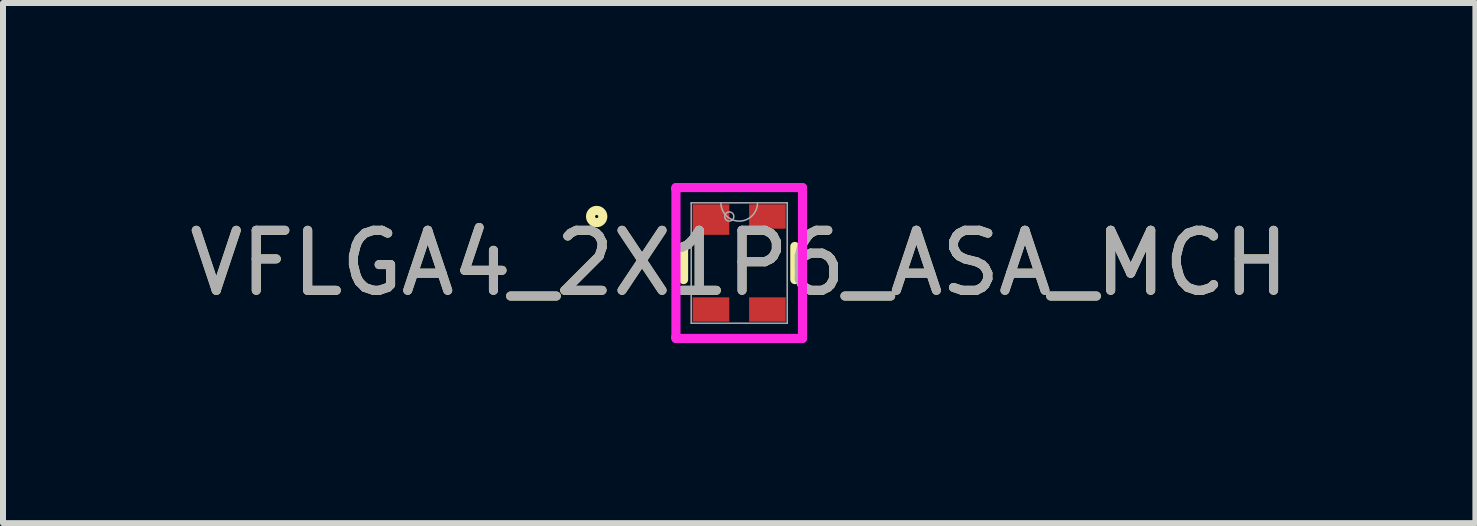
<source format=kicad_pcb>
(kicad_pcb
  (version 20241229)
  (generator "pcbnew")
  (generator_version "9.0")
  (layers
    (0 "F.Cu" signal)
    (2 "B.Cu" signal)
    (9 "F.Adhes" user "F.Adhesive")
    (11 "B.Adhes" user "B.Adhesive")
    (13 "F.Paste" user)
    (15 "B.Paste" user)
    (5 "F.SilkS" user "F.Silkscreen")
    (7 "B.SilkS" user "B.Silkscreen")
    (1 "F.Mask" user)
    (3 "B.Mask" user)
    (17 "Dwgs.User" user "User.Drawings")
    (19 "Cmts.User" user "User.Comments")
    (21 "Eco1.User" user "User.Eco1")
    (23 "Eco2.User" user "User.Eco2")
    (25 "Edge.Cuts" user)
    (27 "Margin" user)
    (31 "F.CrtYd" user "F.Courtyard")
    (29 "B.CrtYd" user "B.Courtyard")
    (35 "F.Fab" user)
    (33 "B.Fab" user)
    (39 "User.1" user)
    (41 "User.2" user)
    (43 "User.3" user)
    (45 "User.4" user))
  (footprint "VFLGA4_2X1P6_ASA_MCH"
    (layer "F.Cu")
    (at 9.268 1.333)
    (property "Reference" "VFLGA4_2X1P6_ASA_MCH" (at 0 0 0) (unlocked yes) (layer "F.SilkS") (effects (font (size 1 1) (thickness 0.15))))
    (attr smd)
    (fp_line (start -0.927 -0.276) (end -0.927 0.276) (stroke (width 0.152) (type solid)) (layer "F.SilkS"))
    (fp_line (start 0.927 0.276) (end 0.927 -0.276) (stroke (width 0.152) (type solid)) (layer "F.SilkS"))
    (fp_circle (center -2.375 -0.775) (end -2.273 -0.775) (stroke (width 0.152) (type solid)) (fill no) (layer "F.SilkS"))
    (fp_line (start -1.054 -1.257) (end 1.054 -1.257) (stroke (width 0.152) (type solid)) (layer "F.CrtYd"))
    (fp_line (start -1.054 -1.232) (end -1.054 -1.257) (stroke (width 0.152) (type solid)) (layer "F.CrtYd"))
    (fp_line (start -1.054 -1.232) (end -1.054 -1.232) (stroke (width 0.152) (type solid)) (layer "F.CrtYd"))
    (fp_line (start -1.054 1.232) (end -1.054 -1.232) (stroke (width 0.152) (type solid)) (layer "F.CrtYd"))
    (fp_line (start -1.054 1.232) (end -1.054 1.232) (stroke (width 0.152) (type solid)) (layer "F.CrtYd"))
    (fp_line (start -1.054 1.257) (end -1.054 1.232) (stroke (width 0.152) (type solid)) (layer "F.CrtYd"))
    (fp_line (start 1.054 -1.257) (end 1.054 -1.232) (stroke (width 0.152) (type solid)) (layer "F.CrtYd"))
    (fp_line (start 1.054 -1.232) (end 1.054 -1.232) (stroke (width 0.152) (type solid)) (layer "F.CrtYd"))
    (fp_line (start 1.054 -1.232) (end 1.054 1.232) (stroke (width 0.152) (type solid)) (layer "F.CrtYd"))
    (fp_line (start 1.054 1.232) (end 1.054 1.232) (stroke (width 0.152) (type solid)) (layer "F.CrtYd"))
    (fp_line (start 1.054 1.232) (end 1.054 1.257) (stroke (width 0.152) (type solid)) (layer "F.CrtYd"))
    (fp_line (start 1.054 1.257) (end -1.054 1.257) (stroke (width 0.152) (type solid)) (layer "F.CrtYd"))
    (fp_line (start -0.8 -1.003) (end -0.8 1.003) (stroke (width 0.025) (type solid)) (layer "F.Fab"))
    (fp_line (start -0.8 1.003) (end 0.8 1.003) (stroke (width 0.025) (type solid)) (layer "F.Fab"))
    (fp_line (start 0.8 -1.003) (end -0.8 -1.003) (stroke (width 0.025) (type solid)) (layer "F.Fab"))
    (fp_line (start 0.8 1.003) (end 0.8 -1.003) (stroke (width 0.025) (type solid)) (layer "F.Fab"))
    (fp_arc (start 0.3048 -1.0033) (mid 0 -0.6985) (end -0.3048 -1.0033) (stroke (width 0.0254) (type solid)) (layer "F.Fab"))
    (fp_circle (center -0.165 -0.775) (end -0.089 -0.775) (stroke (width 0.025) (type solid)) (fill no) (layer "F.Fab"))
    (fp_text user "${REFERENCE}" (at 0 0 0) (unlocked yes) (layer "F.Fab") (effects (font (size 1 1) (thickness 0.15))))
    (pad "1" smd rect (at -0.47 -0.724) (size 0.61 0.508) (layers "F.Cu" "F.Mask" "F.Paste"))
    (pad "2" smd rect (at -0.47 0.775) (size 0.61 0.406) (layers "F.Cu" "F.Mask" "F.Paste"))
    (pad "3" smd rect (at 0.47 0.775) (size 0.61 0.406) (layers "F.Cu" "F.Mask" "F.Paste"))
    (pad "4" smd rect (at 0.47 -0.775) (size 0.61 0.406) (layers "F.Cu" "F.Mask" "F.Paste")))
  (gr_rect
    (start -3 -3)
    (end 21.536 5.667)
    (stroke (width 0.1) (type default))
    (fill no)
    (layer "Edge.Cuts")))
</source>
